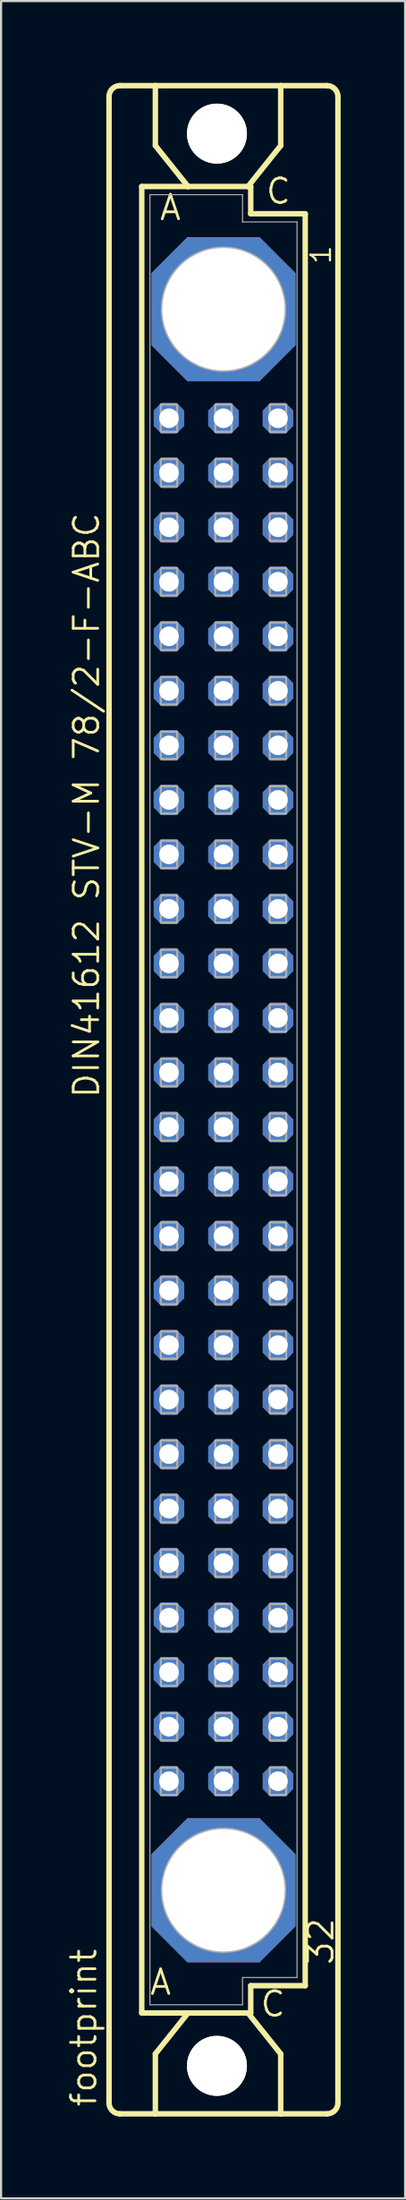
<source format=kicad_pcb>
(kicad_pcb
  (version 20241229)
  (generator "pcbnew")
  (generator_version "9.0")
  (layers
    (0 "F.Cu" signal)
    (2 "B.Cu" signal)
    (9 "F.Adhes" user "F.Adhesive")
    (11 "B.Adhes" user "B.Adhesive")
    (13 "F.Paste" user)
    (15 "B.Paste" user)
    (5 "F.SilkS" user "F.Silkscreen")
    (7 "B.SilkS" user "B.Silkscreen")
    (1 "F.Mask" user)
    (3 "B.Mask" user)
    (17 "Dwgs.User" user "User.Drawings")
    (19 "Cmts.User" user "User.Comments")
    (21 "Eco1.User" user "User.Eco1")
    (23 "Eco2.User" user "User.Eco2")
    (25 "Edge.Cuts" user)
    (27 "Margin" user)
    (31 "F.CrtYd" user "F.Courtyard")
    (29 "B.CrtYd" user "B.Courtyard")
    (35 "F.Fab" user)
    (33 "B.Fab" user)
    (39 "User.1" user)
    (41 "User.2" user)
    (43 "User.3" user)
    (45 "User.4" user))
  (footprint "footprint"
    (layer "F.Cu")
    (at 7.366 48.184)
    (property "Reference" "footprint" (at -5.842 46.99 90) (layer "F.SilkS") (effects (font (size 1.143 1.143) (thickness 0.127)) (justify left bottom)))
    (fp_line (start -5.334 46.736) (end -5.334 -46.736) (stroke (width 0.254) (type solid)) (layer "F.SilkS"))
    (fp_line (start -4.826 -47.244) (end -3.175 -47.244) (stroke (width 0.254) (type solid)) (layer "F.SilkS"))
    (fp_line (start -4.826 47.244) (end -3.175 47.244) (stroke (width 0.254) (type solid)) (layer "F.SilkS"))
    (fp_line (start -3.81 -42.545) (end -3.81 42.545) (stroke (width 0.254) (type solid)) (layer "F.SilkS"))
    (fp_line (start -3.81 42.545) (end -1.651 42.545) (stroke (width 0.254) (type solid)) (layer "F.SilkS"))
    (fp_line (start -3.175 -47.244) (end -3.175 -44.45) (stroke (width 0.254) (type solid)) (layer "F.SilkS"))
    (fp_line (start -3.175 47.244) (end -3.175 44.45) (stroke (width 0.254) (type solid)) (layer "F.SilkS"))
    (fp_line (start -3.175 47.244) (end 2.667 47.244) (stroke (width 0.254) (type solid)) (layer "F.SilkS"))
    (fp_line (start -1.651 -42.545) (end -3.81 -42.545) (stroke (width 0.254) (type solid)) (layer "F.SilkS"))
    (fp_line (start -1.651 -42.545) (end -3.175 -44.45) (stroke (width 0.254) (type solid)) (layer "F.SilkS"))
    (fp_line (start -1.651 42.545) (end -3.175 44.45) (stroke (width 0.254) (type solid)) (layer "F.SilkS"))
    (fp_line (start -1.651 42.545) (end 1.143 42.545) (stroke (width 0.254) (type solid)) (layer "F.SilkS"))
    (fp_line (start 1.143 -42.545) (end -1.651 -42.545) (stroke (width 0.254) (type solid)) (layer "F.SilkS"))
    (fp_line (start 1.143 -42.545) (end 2.667 -44.45) (stroke (width 0.254) (type solid)) (layer "F.SilkS"))
    (fp_line (start 1.143 42.545) (end 1.27 42.545) (stroke (width 0.254) (type solid)) (layer "F.SilkS"))
    (fp_line (start 1.143 42.545) (end 2.667 44.45) (stroke (width 0.254) (type solid)) (layer "F.SilkS"))
    (fp_line (start 1.27 -42.545) (end 1.143 -42.545) (stroke (width 0.254) (type solid)) (layer "F.SilkS"))
    (fp_line (start 1.27 -41.275) (end 1.27 -42.545) (stroke (width 0.254) (type solid)) (layer "F.SilkS"))
    (fp_line (start 1.27 41.275) (end 3.81 41.275) (stroke (width 0.254) (type solid)) (layer "F.SilkS"))
    (fp_line (start 1.27 42.545) (end 1.27 41.275) (stroke (width 0.254) (type solid)) (layer "F.SilkS"))
    (fp_line (start 2.667 -47.244) (end -3.175 -47.244) (stroke (width 0.254) (type solid)) (layer "F.SilkS"))
    (fp_line (start 2.667 -47.244) (end 2.667 -44.45) (stroke (width 0.254) (type solid)) (layer "F.SilkS"))
    (fp_line (start 2.667 47.244) (end 2.667 44.45) (stroke (width 0.254) (type solid)) (layer "F.SilkS"))
    (fp_line (start 2.667 47.244) (end 4.826 47.244) (stroke (width 0.254) (type solid)) (layer "F.SilkS"))
    (fp_line (start 3.81 -41.275) (end 1.27 -41.275) (stroke (width 0.254) (type solid)) (layer "F.SilkS"))
    (fp_line (start 3.81 41.275) (end 3.81 -41.275) (stroke (width 0.254) (type solid)) (layer "F.SilkS"))
    (fp_line (start 4.826 -47.244) (end 2.667 -47.244) (stroke (width 0.254) (type solid)) (layer "F.SilkS"))
    (fp_line (start 5.334 46.736) (end 5.334 -46.736) (stroke (width 0.254) (type solid)) (layer "F.SilkS"))
    (fp_arc (start -5.334 -46.736) (mid -5.18521 -47.09521) (end -4.826 -47.244) (stroke (width 0.254) (type solid)) (layer "F.SilkS"))
    (fp_arc (start -4.826 47.244) (mid -5.18521 47.09521) (end -5.334 46.736) (stroke (width 0.254) (type solid)) (layer "F.SilkS"))
    (fp_arc (start 4.826 -47.244) (mid 5.18521 -47.09521) (end 5.334 -46.736) (stroke (width 0.254) (type solid)) (layer "F.SilkS"))
    (fp_arc (start 5.334 46.736) (mid 5.18521 47.09521) (end 4.826 47.244) (stroke (width 0.254) (type solid)) (layer "F.SilkS"))
    (fp_circle (center -0.305 -45.009) (end 0.965 -45.009) (stroke (width 0.254) (type solid)) (fill no) (layer "F.SilkS"))
    (fp_circle (center -0.305 45.009) (end 0.965 45.009) (stroke (width 0.254) (type solid)) (fill no) (layer "F.SilkS"))
    (fp_line (start -3.429 -42.164) (end -3.429 42.164) (stroke (width 0.051) (type solid)) (layer "F.Fab"))
    (fp_line (start -3.429 -42.164) (end 0.889 -42.164) (stroke (width 0.051) (type solid)) (layer "F.Fab"))
    (fp_line (start -3.429 42.164) (end 0.889 42.164) (stroke (width 0.051) (type solid)) (layer "F.Fab"))
    (fp_line (start 0.889 -42.164) (end 0.889 -40.894) (stroke (width 0.051) (type solid)) (layer "F.Fab"))
    (fp_line (start 0.889 -40.894) (end 3.429 -40.894) (stroke (width 0.051) (type solid)) (layer "F.Fab"))
    (fp_line (start 0.889 40.894) (end 3.429 40.894) (stroke (width 0.051) (type solid)) (layer "F.Fab"))
    (fp_line (start 0.889 42.164) (end 0.889 40.894) (stroke (width 0.051) (type solid)) (layer "F.Fab"))
    (fp_line (start 3.429 -40.894) (end 3.429 40.894) (stroke (width 0.051) (type solid)) (layer "F.Fab"))
    (fp_circle (center 0 -36.83) (end 2.794 -36.83) (stroke (width 0.254) (type solid)) (fill no) (layer "F.Fab"))
    (fp_circle (center 0 36.83) (end 2.794 36.83) (stroke (width 0.254) (type solid)) (fill no) (layer "F.Fab"))
    (fp_poly (pts (xy -2.921 -31.115) (xy -2.159 -31.115) (xy -2.159 -32.385) (xy -2.921 -32.385)) (stroke (width 0.1) (type solid)) (fill no) (layer "F.Fab"))
    (fp_poly (pts (xy -2.921 -28.575) (xy -2.159 -28.575) (xy -2.159 -29.845) (xy -2.921 -29.845)) (stroke (width 0.1) (type solid)) (fill no) (layer "F.Fab"))
    (fp_poly (pts (xy -2.921 -26.035) (xy -2.159 -26.035) (xy -2.159 -27.305) (xy -2.921 -27.305)) (stroke (width 0.1) (type solid)) (fill no) (layer "F.Fab"))
    (fp_poly (pts (xy -2.921 -23.495) (xy -2.159 -23.495) (xy -2.159 -24.765) (xy -2.921 -24.765)) (stroke (width 0.1) (type solid)) (fill no) (layer "F.Fab"))
    (fp_poly (pts (xy -2.921 -20.955) (xy -2.159 -20.955) (xy -2.159 -22.225) (xy -2.921 -22.225)) (stroke (width 0.1) (type solid)) (fill no) (layer "F.Fab"))
    (fp_poly (pts (xy -2.921 -18.415) (xy -2.159 -18.415) (xy -2.159 -19.685) (xy -2.921 -19.685)) (stroke (width 0.1) (type solid)) (fill no) (layer "F.Fab"))
    (fp_poly (pts (xy -2.921 -15.875) (xy -2.159 -15.875) (xy -2.159 -17.145) (xy -2.921 -17.145)) (stroke (width 0.1) (type solid)) (fill no) (layer "F.Fab"))
    (fp_poly (pts (xy -2.921 -13.335) (xy -2.159 -13.335) (xy -2.159 -14.605) (xy -2.921 -14.605)) (stroke (width 0.1) (type solid)) (fill no) (layer "F.Fab"))
    (fp_poly (pts (xy -2.921 -10.795) (xy -2.159 -10.795) (xy -2.159 -12.065) (xy -2.921 -12.065)) (stroke (width 0.1) (type solid)) (fill no) (layer "F.Fab"))
    (fp_poly (pts (xy -2.921 -8.255) (xy -2.159 -8.255) (xy -2.159 -9.525) (xy -2.921 -9.525)) (stroke (width 0.1) (type solid)) (fill no) (layer "F.Fab"))
    (fp_poly (pts (xy -2.921 -5.715) (xy -2.159 -5.715) (xy -2.159 -6.985) (xy -2.921 -6.985)) (stroke (width 0.1) (type solid)) (fill no) (layer "F.Fab"))
    (fp_poly (pts (xy -2.921 -3.175) (xy -2.159 -3.175) (xy -2.159 -4.445) (xy -2.921 -4.445)) (stroke (width 0.1) (type solid)) (fill no) (layer "F.Fab"))
    (fp_poly (pts (xy -2.921 -0.635) (xy -2.159 -0.635) (xy -2.159 -1.905) (xy -2.921 -1.905)) (stroke (width 0.1) (type solid)) (fill no) (layer "F.Fab"))
    (fp_poly (pts (xy -2.921 1.905) (xy -2.159 1.905) (xy -2.159 0.635) (xy -2.921 0.635)) (stroke (width 0.1) (type solid)) (fill no) (layer "F.Fab"))
    (fp_poly (pts (xy -2.921 4.445) (xy -2.159 4.445) (xy -2.159 3.175) (xy -2.921 3.175)) (stroke (width 0.1) (type solid)) (fill no) (layer "F.Fab"))
    (fp_poly (pts (xy -2.921 6.985) (xy -2.159 6.985) (xy -2.159 5.715) (xy -2.921 5.715)) (stroke (width 0.1) (type solid)) (fill no) (layer "F.Fab"))
    (fp_poly (pts (xy -2.921 9.525) (xy -2.159 9.525) (xy -2.159 8.255) (xy -2.921 8.255)) (stroke (width 0.1) (type solid)) (fill no) (layer "F.Fab"))
    (fp_poly (pts (xy -2.921 12.065) (xy -2.159 12.065) (xy -2.159 10.795) (xy -2.921 10.795)) (stroke (width 0.1) (type solid)) (fill no) (layer "F.Fab"))
    (fp_poly (pts (xy -2.921 14.605) (xy -2.159 14.605) (xy -2.159 13.335) (xy -2.921 13.335)) (stroke (width 0.1) (type solid)) (fill no) (layer "F.Fab"))
    (fp_poly (pts (xy -2.921 17.145) (xy -2.159 17.145) (xy -2.159 15.875) (xy -2.921 15.875)) (stroke (width 0.1) (type solid)) (fill no) (layer "F.Fab"))
    (fp_poly (pts (xy -2.921 19.685) (xy -2.159 19.685) (xy -2.159 18.415) (xy -2.921 18.415)) (stroke (width 0.1) (type solid)) (fill no) (layer "F.Fab"))
    (fp_poly (pts (xy -2.921 22.225) (xy -2.159 22.225) (xy -2.159 20.955) (xy -2.921 20.955)) (stroke (width 0.1) (type solid)) (fill no) (layer "F.Fab"))
    (fp_poly (pts (xy -2.921 24.765) (xy -2.159 24.765) (xy -2.159 23.495) (xy -2.921 23.495)) (stroke (width 0.1) (type solid)) (fill no) (layer "F.Fab"))
    (fp_poly (pts (xy -2.921 27.305) (xy -2.159 27.305) (xy -2.159 26.035) (xy -2.921 26.035)) (stroke (width 0.1) (type solid)) (fill no) (layer "F.Fab"))
    (fp_poly (pts (xy -2.921 29.845) (xy -2.159 29.845) (xy -2.159 28.575) (xy -2.921 28.575)) (stroke (width 0.1) (type solid)) (fill no) (layer "F.Fab"))
    (fp_poly (pts (xy -2.921 32.385) (xy -2.159 32.385) (xy -2.159 31.115) (xy -2.921 31.115)) (stroke (width 0.1) (type solid)) (fill no) (layer "F.Fab"))
    (fp_poly (pts (xy -0.381 -31.115) (xy 0.381 -31.115) (xy 0.381 -32.385) (xy -0.381 -32.385)) (stroke (width 0.1) (type solid)) (fill no) (layer "F.Fab"))
    (fp_poly (pts (xy -0.381 -28.575) (xy 0.381 -28.575) (xy 0.381 -29.845) (xy -0.381 -29.845)) (stroke (width 0.1) (type solid)) (fill no) (layer "F.Fab"))
    (fp_poly (pts (xy -0.381 -26.035) (xy 0.381 -26.035) (xy 0.381 -27.305) (xy -0.381 -27.305)) (stroke (width 0.1) (type solid)) (fill no) (layer "F.Fab"))
    (fp_poly (pts (xy -0.381 -23.495) (xy 0.381 -23.495) (xy 0.381 -24.765) (xy -0.381 -24.765)) (stroke (width 0.1) (type solid)) (fill no) (layer "F.Fab"))
    (fp_poly (pts (xy -0.381 -20.955) (xy 0.381 -20.955) (xy 0.381 -22.225) (xy -0.381 -22.225)) (stroke (width 0.1) (type solid)) (fill no) (layer "F.Fab"))
    (fp_poly (pts (xy -0.381 -18.415) (xy 0.381 -18.415) (xy 0.381 -19.685) (xy -0.381 -19.685)) (stroke (width 0.1) (type solid)) (fill no) (layer "F.Fab"))
    (fp_poly (pts (xy -0.381 -15.875) (xy 0.381 -15.875) (xy 0.381 -17.145) (xy -0.381 -17.145)) (stroke (width 0.1) (type solid)) (fill no) (layer "F.Fab"))
    (fp_poly (pts (xy -0.381 -13.335) (xy 0.381 -13.335) (xy 0.381 -14.605) (xy -0.381 -14.605)) (stroke (width 0.1) (type solid)) (fill no) (layer "F.Fab"))
    (fp_poly (pts (xy -0.381 -10.795) (xy 0.381 -10.795) (xy 0.381 -12.065) (xy -0.381 -12.065)) (stroke (width 0.1) (type solid)) (fill no) (layer "F.Fab"))
    (fp_poly (pts (xy -0.381 -8.255) (xy 0.381 -8.255) (xy 0.381 -9.525) (xy -0.381 -9.525)) (stroke (width 0.1) (type solid)) (fill no) (layer "F.Fab"))
    (fp_poly (pts (xy -0.381 -5.715) (xy 0.381 -5.715) (xy 0.381 -6.985) (xy -0.381 -6.985)) (stroke (width 0.1) (type solid)) (fill no) (layer "F.Fab"))
    (fp_poly (pts (xy -0.381 -3.175) (xy 0.381 -3.175) (xy 0.381 -4.445) (xy -0.381 -4.445)) (stroke (width 0.1) (type solid)) (fill no) (layer "F.Fab"))
    (fp_poly (pts (xy -0.381 -0.635) (xy 0.381 -0.635) (xy 0.381 -1.905) (xy -0.381 -1.905)) (stroke (width 0.1) (type solid)) (fill no) (layer "F.Fab"))
    (fp_poly (pts (xy -0.381 1.905) (xy 0.381 1.905) (xy 0.381 0.635) (xy -0.381 0.635)) (stroke (width 0.1) (type solid)) (fill no) (layer "F.Fab"))
    (fp_poly (pts (xy -0.381 4.445) (xy 0.381 4.445) (xy 0.381 3.175) (xy -0.381 3.175)) (stroke (width 0.1) (type solid)) (fill no) (layer "F.Fab"))
    (fp_poly (pts (xy -0.381 6.985) (xy 0.381 6.985) (xy 0.381 5.715) (xy -0.381 5.715)) (stroke (width 0.1) (type solid)) (fill no) (layer "F.Fab"))
    (fp_poly (pts (xy -0.381 9.525) (xy 0.381 9.525) (xy 0.381 8.255) (xy -0.381 8.255)) (stroke (width 0.1) (type solid)) (fill no) (layer "F.Fab"))
    (fp_poly (pts (xy -0.381 12.065) (xy 0.381 12.065) (xy 0.381 10.795) (xy -0.381 10.795)) (stroke (width 0.1) (type solid)) (fill no) (layer "F.Fab"))
    (fp_poly (pts (xy -0.381 14.605) (xy 0.381 14.605) (xy 0.381 13.335) (xy -0.381 13.335)) (stroke (width 0.1) (type solid)) (fill no) (layer "F.Fab"))
    (fp_poly (pts (xy -0.381 17.145) (xy 0.381 17.145) (xy 0.381 15.875) (xy -0.381 15.875)) (stroke (width 0.1) (type solid)) (fill no) (layer "F.Fab"))
    (fp_poly (pts (xy -0.381 19.685) (xy 0.381 19.685) (xy 0.381 18.415) (xy -0.381 18.415)) (stroke (width 0.1) (type solid)) (fill no) (layer "F.Fab"))
    (fp_poly (pts (xy -0.381 22.225) (xy 0.381 22.225) (xy 0.381 20.955) (xy -0.381 20.955)) (stroke (width 0.1) (type solid)) (fill no) (layer "F.Fab"))
    (fp_poly (pts (xy -0.381 24.765) (xy 0.381 24.765) (xy 0.381 23.495) (xy -0.381 23.495)) (stroke (width 0.1) (type solid)) (fill no) (layer "F.Fab"))
    (fp_poly (pts (xy -0.381 27.305) (xy 0.381 27.305) (xy 0.381 26.035) (xy -0.381 26.035)) (stroke (width 0.1) (type solid)) (fill no) (layer "F.Fab"))
    (fp_poly (pts (xy -0.381 29.845) (xy 0.381 29.845) (xy 0.381 28.575) (xy -0.381 28.575)) (stroke (width 0.1) (type solid)) (fill no) (layer "F.Fab"))
    (fp_poly (pts (xy -0.381 32.385) (xy 0.381 32.385) (xy 0.381 31.115) (xy -0.381 31.115)) (stroke (width 0.1) (type solid)) (fill no) (layer "F.Fab"))
    (fp_poly (pts (xy 2.159 -31.115) (xy 2.921 -31.115) (xy 2.921 -32.385) (xy 2.159 -32.385)) (stroke (width 0.1) (type solid)) (fill no) (layer "F.Fab"))
    (fp_poly (pts (xy 2.159 -28.575) (xy 2.921 -28.575) (xy 2.921 -29.845) (xy 2.159 -29.845)) (stroke (width 0.1) (type solid)) (fill no) (layer "F.Fab"))
    (fp_poly (pts (xy 2.159 -26.035) (xy 2.921 -26.035) (xy 2.921 -27.305) (xy 2.159 -27.305)) (stroke (width 0.1) (type solid)) (fill no) (layer "F.Fab"))
    (fp_poly (pts (xy 2.159 -23.495) (xy 2.921 -23.495) (xy 2.921 -24.765) (xy 2.159 -24.765)) (stroke (width 0.1) (type solid)) (fill no) (layer "F.Fab"))
    (fp_poly (pts (xy 2.159 -20.955) (xy 2.921 -20.955) (xy 2.921 -22.225) (xy 2.159 -22.225)) (stroke (width 0.1) (type solid)) (fill no) (layer "F.Fab"))
    (fp_poly (pts (xy 2.159 -18.415) (xy 2.921 -18.415) (xy 2.921 -19.685) (xy 2.159 -19.685)) (stroke (width 0.1) (type solid)) (fill no) (layer "F.Fab"))
    (fp_poly (pts (xy 2.159 -15.875) (xy 2.921 -15.875) (xy 2.921 -17.145) (xy 2.159 -17.145)) (stroke (width 0.1) (type solid)) (fill no) (layer "F.Fab"))
    (fp_poly (pts (xy 2.159 -13.335) (xy 2.921 -13.335) (xy 2.921 -14.605) (xy 2.159 -14.605)) (stroke (width 0.1) (type solid)) (fill no) (layer "F.Fab"))
    (fp_poly (pts (xy 2.159 -10.795) (xy 2.921 -10.795) (xy 2.921 -12.065) (xy 2.159 -12.065)) (stroke (width 0.1) (type solid)) (fill no) (layer "F.Fab"))
    (fp_poly (pts (xy 2.159 -8.255) (xy 2.921 -8.255) (xy 2.921 -9.525) (xy 2.159 -9.525)) (stroke (width 0.1) (type solid)) (fill no) (layer "F.Fab"))
    (fp_poly (pts (xy 2.159 -5.715) (xy 2.921 -5.715) (xy 2.921 -6.985) (xy 2.159 -6.985)) (stroke (width 0.1) (type solid)) (fill no) (layer "F.Fab"))
    (fp_poly (pts (xy 2.159 -3.175) (xy 2.921 -3.175) (xy 2.921 -4.445) (xy 2.159 -4.445)) (stroke (width 0.1) (type solid)) (fill no) (layer "F.Fab"))
    (fp_poly (pts (xy 2.159 -0.635) (xy 2.921 -0.635) (xy 2.921 -1.905) (xy 2.159 -1.905)) (stroke (width 0.1) (type solid)) (fill no) (layer "F.Fab"))
    (fp_poly (pts (xy 2.159 1.905) (xy 2.921 1.905) (xy 2.921 0.635) (xy 2.159 0.635)) (stroke (width 0.1) (type solid)) (fill no) (layer "F.Fab"))
    (fp_poly (pts (xy 2.159 4.445) (xy 2.921 4.445) (xy 2.921 3.175) (xy 2.159 3.175)) (stroke (width 0.1) (type solid)) (fill no) (layer "F.Fab"))
    (fp_poly (pts (xy 2.159 6.985) (xy 2.921 6.985) (xy 2.921 5.715) (xy 2.159 5.715)) (stroke (width 0.1) (type solid)) (fill no) (layer "F.Fab"))
    (fp_poly (pts (xy 2.159 9.525) (xy 2.921 9.525) (xy 2.921 8.255) (xy 2.159 8.255)) (stroke (width 0.1) (type solid)) (fill no) (layer "F.Fab"))
    (fp_poly (pts (xy 2.159 12.065) (xy 2.921 12.065) (xy 2.921 10.795) (xy 2.159 10.795)) (stroke (width 0.1) (type solid)) (fill no) (layer "F.Fab"))
    (fp_poly (pts (xy 2.159 14.605) (xy 2.921 14.605) (xy 2.921 13.335) (xy 2.159 13.335)) (stroke (width 0.1) (type solid)) (fill no) (layer "F.Fab"))
    (fp_poly (pts (xy 2.159 17.145) (xy 2.921 17.145) (xy 2.921 15.875) (xy 2.159 15.875)) (stroke (width 0.1) (type solid)) (fill no) (layer "F.Fab"))
    (fp_poly (pts (xy 2.159 19.685) (xy 2.921 19.685) (xy 2.921 18.415) (xy 2.159 18.415)) (stroke (width 0.1) (type solid)) (fill no) (layer "F.Fab"))
    (fp_poly (pts (xy 2.159 22.225) (xy 2.921 22.225) (xy 2.921 20.955) (xy 2.159 20.955)) (stroke (width 0.1) (type solid)) (fill no) (layer "F.Fab"))
    (fp_poly (pts (xy 2.159 24.765) (xy 2.921 24.765) (xy 2.921 23.495) (xy 2.159 23.495)) (stroke (width 0.1) (type solid)) (fill no) (layer "F.Fab"))
    (fp_poly (pts (xy 2.159 27.305) (xy 2.921 27.305) (xy 2.921 26.035) (xy 2.159 26.035)) (stroke (width 0.1) (type solid)) (fill no) (layer "F.Fab"))
    (fp_poly (pts (xy 2.159 29.845) (xy 2.921 29.845) (xy 2.921 28.575) (xy 2.159 28.575)) (stroke (width 0.1) (type solid)) (fill no) (layer "F.Fab"))
    (fp_poly (pts (xy 2.159 32.385) (xy 2.921 32.385) (xy 2.921 31.115) (xy 2.159 31.115)) (stroke (width 0.1) (type solid)) (fill no) (layer "F.Fab"))
    (fp_text user " A " (at -4.375 41.783 0) (layer "F.SilkS") (effects (font (size 1.143 1.143) (thickness 0.127)) (justify left bottom)))
    (fp_text user "DIN41612 STV-M 78/2-F-ABC" (at -5.715 0 90) (layer "F.SilkS") (effects (font (size 1.143 1.143) (thickness 0.127)) (justify left bottom)))
    (fp_text user "C" (at 1.905 -41.656 0) (layer "F.SilkS") (effects (font (size 1.143 1.143) (thickness 0.127)) (justify left bottom)))
    (fp_text user " C " (at 0.778 42.799 0) (layer "F.SilkS") (effects (font (size 1.143 1.143) (thickness 0.127)) (justify left bottom)))
    (fp_text user "32" (at 5.207 40.386 90) (layer "F.SilkS") (effects (font (size 1.143 1.143) (thickness 0.127)) (justify left bottom)))
    (fp_text user "A" (at -3.048 -40.894 0) (layer "F.SilkS") (effects (font (size 1.143 1.143) (thickness 0.127)) (justify left bottom)))
    (fp_text user "1" (at 5.08 -38.862 90) (layer "F.SilkS") (effects (font (size 0.914 0.914) (thickness 0.102)) (justify left bottom)))
    (pad "" np_thru_hole circle (at -0.305 -45.009) (size 2.794 2.794) (drill 2.794) (layers "*.Cu" "*.Mask"))
    (pad "" np_thru_hole circle (at -0.305 45.009) (size 2.794 2.794) (drill 2.794) (layers "*.Cu" "*.Mask"))
    (pad "1" thru_hole roundrect (at 0 -36.83) (size 6.716 6.716) (drill 5.7) (layers "*.Cu" "*.Mask") (roundrect_rratio 0.25) (chamfer_ratio 0.25) (chamfer top_left top_right bottom_left bottom_right))
    (pad "2" thru_hole roundrect (at 0 36.83) (size 6.716 6.716) (drill 5.7) (layers "*.Cu" "*.Mask") (roundrect_rratio 0.25) (chamfer_ratio 0.25) (chamfer top_left top_right bottom_left bottom_right))
    (pad "A4" thru_hole roundrect (at -2.54 -31.75) (size 1.422 1.422) (drill 0.914) (layers "*.Cu" "*.Mask") (roundrect_rratio 0.25) (chamfer_ratio 0.25) (chamfer top_left top_right bottom_left bottom_right))
    (pad "A5" thru_hole roundrect (at -2.54 -29.21) (size 1.422 1.422) (drill 0.914) (layers "*.Cu" "*.Mask") (roundrect_rratio 0.25) (chamfer_ratio 0.25) (chamfer top_left top_right bottom_left bottom_right))
    (pad "A6" thru_hole roundrect (at -2.54 -26.67) (size 1.422 1.422) (drill 0.914) (layers "*.Cu" "*.Mask") (roundrect_rratio 0.25) (chamfer_ratio 0.25) (chamfer top_left top_right bottom_left bottom_right))
    (pad "A7" thru_hole roundrect (at -2.54 -24.13) (size 1.422 1.422) (drill 0.914) (layers "*.Cu" "*.Mask") (roundrect_rratio 0.25) (chamfer_ratio 0.25) (chamfer top_left top_right bottom_left bottom_right))
    (pad "A8" thru_hole roundrect (at -2.54 -21.59) (size 1.422 1.422) (drill 0.914) (layers "*.Cu" "*.Mask") (roundrect_rratio 0.25) (chamfer_ratio 0.25) (chamfer top_left top_right bottom_left bottom_right))
    (pad "A9" thru_hole roundrect (at -2.54 -19.05) (size 1.422 1.422) (drill 0.914) (layers "*.Cu" "*.Mask") (roundrect_rratio 0.25) (chamfer_ratio 0.25) (chamfer top_left top_right bottom_left bottom_right))
    (pad "A10" thru_hole roundrect (at -2.54 -16.51) (size 1.422 1.422) (drill 0.914) (layers "*.Cu" "*.Mask") (roundrect_rratio 0.25) (chamfer_ratio 0.25) (chamfer top_left top_right bottom_left bottom_right))
    (pad "A11" thru_hole roundrect (at -2.54 -13.97) (size 1.422 1.422) (drill 0.914) (layers "*.Cu" "*.Mask") (roundrect_rratio 0.25) (chamfer_ratio 0.25) (chamfer top_left top_right bottom_left bottom_right))
    (pad "A12" thru_hole roundrect (at -2.54 -11.43) (size 1.422 1.422) (drill 0.914) (layers "*.Cu" "*.Mask") (roundrect_rratio 0.25) (chamfer_ratio 0.25) (chamfer top_left top_right bottom_left bottom_right))
    (pad "A13" thru_hole roundrect (at -2.54 -8.89) (size 1.422 1.422) (drill 0.914) (layers "*.Cu" "*.Mask") (roundrect_rratio 0.25) (chamfer_ratio 0.25) (chamfer top_left top_right bottom_left bottom_right))
    (pad "A14" thru_hole roundrect (at -2.54 -6.35) (size 1.422 1.422) (drill 0.914) (layers "*.Cu" "*.Mask") (roundrect_rratio 0.25) (chamfer_ratio 0.25) (chamfer top_left top_right bottom_left bottom_right))
    (pad "A15" thru_hole roundrect (at -2.54 -3.81) (size 1.422 1.422) (drill 0.914) (layers "*.Cu" "*.Mask") (roundrect_rratio 0.25) (chamfer_ratio 0.25) (chamfer top_left top_right bottom_left bottom_right))
    (pad "A16" thru_hole roundrect (at -2.54 -1.27) (size 1.422 1.422) (drill 0.914) (layers "*.Cu" "*.Mask") (roundrect_rratio 0.25) (chamfer_ratio 0.25) (chamfer top_left top_right bottom_left bottom_right))
    (pad "A17" thru_hole roundrect (at -2.54 1.27) (size 1.422 1.422) (drill 0.914) (layers "*.Cu" "*.Mask") (roundrect_rratio 0.25) (chamfer_ratio 0.25) (chamfer top_left top_right bottom_left bottom_right))
    (pad "A18" thru_hole roundrect (at -2.54 3.81) (size 1.422 1.422) (drill 0.914) (layers "*.Cu" "*.Mask") (roundrect_rratio 0.25) (chamfer_ratio 0.25) (chamfer top_left top_right bottom_left bottom_right))
    (pad "A19" thru_hole roundrect (at -2.54 6.35) (size 1.422 1.422) (drill 0.914) (layers "*.Cu" "*.Mask") (roundrect_rratio 0.25) (chamfer_ratio 0.25) (chamfer top_left top_right bottom_left bottom_right))
    (pad "A20" thru_hole roundrect (at -2.54 8.89) (size 1.422 1.422) (drill 0.914) (layers "*.Cu" "*.Mask") (roundrect_rratio 0.25) (chamfer_ratio 0.25) (chamfer top_left top_right bottom_left bottom_right))
    (pad "A21" thru_hole roundrect (at -2.54 11.43) (size 1.422 1.422) (drill 0.914) (layers "*.Cu" "*.Mask") (roundrect_rratio 0.25) (chamfer_ratio 0.25) (chamfer top_left top_right bottom_left bottom_right))
    (pad "A22" thru_hole roundrect (at -2.54 13.97) (size 1.422 1.422) (drill 0.914) (layers "*.Cu" "*.Mask") (roundrect_rratio 0.25) (chamfer_ratio 0.25) (chamfer top_left top_right bottom_left bottom_right))
    (pad "A23" thru_hole roundrect (at -2.54 16.51) (size 1.422 1.422) (drill 0.914) (layers "*.Cu" "*.Mask") (roundrect_rratio 0.25) (chamfer_ratio 0.25) (chamfer top_left top_right bottom_left bottom_right))
    (pad "A24" thru_hole roundrect (at -2.54 19.05) (size 1.422 1.422) (drill 0.914) (layers "*.Cu" "*.Mask") (roundrect_rratio 0.25) (chamfer_ratio 0.25) (chamfer top_left top_right bottom_left bottom_right))
    (pad "A25" thru_hole roundrect (at -2.54 21.59) (size 1.422 1.422) (drill 0.914) (layers "*.Cu" "*.Mask") (roundrect_rratio 0.25) (chamfer_ratio 0.25) (chamfer top_left top_right bottom_left bottom_right))
    (pad "A26" thru_hole roundrect (at -2.54 24.13) (size 1.422 1.422) (drill 0.914) (layers "*.Cu" "*.Mask") (roundrect_rratio 0.25) (chamfer_ratio 0.25) (chamfer top_left top_right bottom_left bottom_right))
    (pad "A27" thru_hole roundrect (at -2.54 26.67) (size 1.422 1.422) (drill 0.914) (layers "*.Cu" "*.Mask") (roundrect_rratio 0.25) (chamfer_ratio 0.25) (chamfer top_left top_right bottom_left bottom_right))
    (pad "A28" thru_hole roundrect (at -2.54 29.21) (size 1.422 1.422) (drill 0.914) (layers "*.Cu" "*.Mask") (roundrect_rratio 0.25) (chamfer_ratio 0.25) (chamfer top_left top_right bottom_left bottom_right))
    (pad "A29" thru_hole roundrect (at -2.54 31.75) (size 1.422 1.422) (drill 0.914) (layers "*.Cu" "*.Mask") (roundrect_rratio 0.25) (chamfer_ratio 0.25) (chamfer top_left top_right bottom_left bottom_right))
    (pad "B4" thru_hole roundrect (at 0 -31.75) (size 1.422 1.422) (drill 0.914) (layers "*.Cu" "*.Mask") (roundrect_rratio 0.25) (chamfer_ratio 0.25) (chamfer top_left top_right bottom_left bottom_right))
    (pad "B5" thru_hole roundrect (at 0 -29.21) (size 1.422 1.422) (drill 0.914) (layers "*.Cu" "*.Mask") (roundrect_rratio 0.25) (chamfer_ratio 0.25) (chamfer top_left top_right bottom_left bottom_right))
    (pad "B6" thru_hole roundrect (at 0 -26.67) (size 1.422 1.422) (drill 0.914) (layers "*.Cu" "*.Mask") (roundrect_rratio 0.25) (chamfer_ratio 0.25) (chamfer top_left top_right bottom_left bottom_right))
    (pad "B7" thru_hole roundrect (at 0 -24.13) (size 1.422 1.422) (drill 0.914) (layers "*.Cu" "*.Mask") (roundrect_rratio 0.25) (chamfer_ratio 0.25) (chamfer top_left top_right bottom_left bottom_right))
    (pad "B8" thru_hole roundrect (at 0 -21.59) (size 1.422 1.422) (drill 0.914) (layers "*.Cu" "*.Mask") (roundrect_rratio 0.25) (chamfer_ratio 0.25) (chamfer top_left top_right bottom_left bottom_right))
    (pad "B9" thru_hole roundrect (at 0 -19.05) (size 1.422 1.422) (drill 0.914) (layers "*.Cu" "*.Mask") (roundrect_rratio 0.25) (chamfer_ratio 0.25) (chamfer top_left top_right bottom_left bottom_right))
    (pad "B10" thru_hole roundrect (at 0 -16.51) (size 1.422 1.422) (drill 0.914) (layers "*.Cu" "*.Mask") (roundrect_rratio 0.25) (chamfer_ratio 0.25) (chamfer top_left top_right bottom_left bottom_right))
    (pad "B11" thru_hole roundrect (at 0 -13.97) (size 1.422 1.422) (drill 0.914) (layers "*.Cu" "*.Mask") (roundrect_rratio 0.25) (chamfer_ratio 0.25) (chamfer top_left top_right bottom_left bottom_right))
    (pad "B12" thru_hole roundrect (at 0 -11.43) (size 1.422 1.422) (drill 0.914) (layers "*.Cu" "*.Mask") (roundrect_rratio 0.25) (chamfer_ratio 0.25) (chamfer top_left top_right bottom_left bottom_right))
    (pad "B13" thru_hole roundrect (at 0 -8.89) (size 1.422 1.422) (drill 0.914) (layers "*.Cu" "*.Mask") (roundrect_rratio 0.25) (chamfer_ratio 0.25) (chamfer top_left top_right bottom_left bottom_right))
    (pad "B14" thru_hole roundrect (at 0 -6.35) (size 1.422 1.422) (drill 0.914) (layers "*.Cu" "*.Mask") (roundrect_rratio 0.25) (chamfer_ratio 0.25) (chamfer top_left top_right bottom_left bottom_right))
    (pad "B15" thru_hole roundrect (at 0 -3.81) (size 1.422 1.422) (drill 0.914) (layers "*.Cu" "*.Mask") (roundrect_rratio 0.25) (chamfer_ratio 0.25) (chamfer top_left top_right bottom_left bottom_right))
    (pad "B16" thru_hole roundrect (at 0 -1.27) (size 1.422 1.422) (drill 0.914) (layers "*.Cu" "*.Mask") (roundrect_rratio 0.25) (chamfer_ratio 0.25) (chamfer top_left top_right bottom_left bottom_right))
    (pad "B17" thru_hole roundrect (at 0 1.27) (size 1.422 1.422) (drill 0.914) (layers "*.Cu" "*.Mask") (roundrect_rratio 0.25) (chamfer_ratio 0.25) (chamfer top_left top_right bottom_left bottom_right))
    (pad "B18" thru_hole roundrect (at 0 3.81) (size 1.422 1.422) (drill 0.914) (layers "*.Cu" "*.Mask") (roundrect_rratio 0.25) (chamfer_ratio 0.25) (chamfer top_left top_right bottom_left bottom_right))
    (pad "B19" thru_hole roundrect (at 0 6.35) (size 1.422 1.422) (drill 0.914) (layers "*.Cu" "*.Mask") (roundrect_rratio 0.25) (chamfer_ratio 0.25) (chamfer top_left top_right bottom_left bottom_right))
    (pad "B20" thru_hole roundrect (at 0 8.89) (size 1.422 1.422) (drill 0.914) (layers "*.Cu" "*.Mask") (roundrect_rratio 0.25) (chamfer_ratio 0.25) (chamfer top_left top_right bottom_left bottom_right))
    (pad "B21" thru_hole roundrect (at 0 11.43) (size 1.422 1.422) (drill 0.914) (layers "*.Cu" "*.Mask") (roundrect_rratio 0.25) (chamfer_ratio 0.25) (chamfer top_left top_right bottom_left bottom_right))
    (pad "B22" thru_hole roundrect (at 0 13.97) (size 1.422 1.422) (drill 0.914) (layers "*.Cu" "*.Mask") (roundrect_rratio 0.25) (chamfer_ratio 0.25) (chamfer top_left top_right bottom_left bottom_right))
    (pad "B23" thru_hole roundrect (at 0 16.51) (size 1.422 1.422) (drill 0.914) (layers "*.Cu" "*.Mask") (roundrect_rratio 0.25) (chamfer_ratio 0.25) (chamfer top_left top_right bottom_left bottom_right))
    (pad "B24" thru_hole roundrect (at 0 19.05) (size 1.422 1.422) (drill 0.914) (layers "*.Cu" "*.Mask") (roundrect_rratio 0.25) (chamfer_ratio 0.25) (chamfer top_left top_right bottom_left bottom_right))
    (pad "B25" thru_hole roundrect (at 0 21.59) (size 1.422 1.422) (drill 0.914) (layers "*.Cu" "*.Mask") (roundrect_rratio 0.25) (chamfer_ratio 0.25) (chamfer top_left top_right bottom_left bottom_right))
    (pad "B26" thru_hole roundrect (at 0 24.13) (size 1.422 1.422) (drill 0.914) (layers "*.Cu" "*.Mask") (roundrect_rratio 0.25) (chamfer_ratio 0.25) (chamfer top_left top_right bottom_left bottom_right))
    (pad "B27" thru_hole roundrect (at 0 26.67) (size 1.422 1.422) (drill 0.914) (layers "*.Cu" "*.Mask") (roundrect_rratio 0.25) (chamfer_ratio 0.25) (chamfer top_left top_right bottom_left bottom_right))
    (pad "B28" thru_hole roundrect (at 0 29.21) (size 1.422 1.422) (drill 0.914) (layers "*.Cu" "*.Mask") (roundrect_rratio 0.25) (chamfer_ratio 0.25) (chamfer top_left top_right bottom_left bottom_right))
    (pad "B29" thru_hole roundrect (at 0 31.75) (size 1.422 1.422) (drill 0.914) (layers "*.Cu" "*.Mask") (roundrect_rratio 0.25) (chamfer_ratio 0.25) (chamfer top_left top_right bottom_left bottom_right))
    (pad "C4" thru_hole roundrect (at 2.54 -31.75) (size 1.422 1.422) (drill 0.914) (layers "*.Cu" "*.Mask") (roundrect_rratio 0.25) (chamfer_ratio 0.25) (chamfer top_left top_right bottom_left bottom_right))
    (pad "C5" thru_hole roundrect (at 2.54 -29.21) (size 1.422 1.422) (drill 0.914) (layers "*.Cu" "*.Mask") (roundrect_rratio 0.25) (chamfer_ratio 0.25) (chamfer top_left top_right bottom_left bottom_right))
    (pad "C6" thru_hole roundrect (at 2.54 -26.67) (size 1.422 1.422) (drill 0.914) (layers "*.Cu" "*.Mask") (roundrect_rratio 0.25) (chamfer_ratio 0.25) (chamfer top_left top_right bottom_left bottom_right))
    (pad "C7" thru_hole roundrect (at 2.54 -24.13) (size 1.422 1.422) (drill 0.914) (layers "*.Cu" "*.Mask") (roundrect_rratio 0.25) (chamfer_ratio 0.25) (chamfer top_left top_right bottom_left bottom_right))
    (pad "C8" thru_hole roundrect (at 2.54 -21.59) (size 1.422 1.422) (drill 0.914) (layers "*.Cu" "*.Mask") (roundrect_rratio 0.25) (chamfer_ratio 0.25) (chamfer top_left top_right bottom_left bottom_right))
    (pad "C9" thru_hole roundrect (at 2.54 -19.05) (size 1.422 1.422) (drill 0.914) (layers "*.Cu" "*.Mask") (roundrect_rratio 0.25) (chamfer_ratio 0.25) (chamfer top_left top_right bottom_left bottom_right))
    (pad "C10" thru_hole roundrect (at 2.54 -16.51) (size 1.422 1.422) (drill 0.914) (layers "*.Cu" "*.Mask") (roundrect_rratio 0.25) (chamfer_ratio 0.25) (chamfer top_left top_right bottom_left bottom_right))
    (pad "C11" thru_hole roundrect (at 2.54 -13.97) (size 1.422 1.422) (drill 0.914) (layers "*.Cu" "*.Mask") (roundrect_rratio 0.25) (chamfer_ratio 0.25) (chamfer top_left top_right bottom_left bottom_right))
    (pad "C12" thru_hole roundrect (at 2.54 -11.43) (size 1.422 1.422) (drill 0.914) (layers "*.Cu" "*.Mask") (roundrect_rratio 0.25) (chamfer_ratio 0.25) (chamfer top_left top_right bottom_left bottom_right))
    (pad "C13" thru_hole roundrect (at 2.54 -8.89) (size 1.422 1.422) (drill 0.914) (layers "*.Cu" "*.Mask") (roundrect_rratio 0.25) (chamfer_ratio 0.25) (chamfer top_left top_right bottom_left bottom_right))
    (pad "C14" thru_hole roundrect (at 2.54 -6.35) (size 1.422 1.422) (drill 0.914) (layers "*.Cu" "*.Mask") (roundrect_rratio 0.25) (chamfer_ratio 0.25) (chamfer top_left top_right bottom_left bottom_right))
    (pad "C15" thru_hole roundrect (at 2.54 -3.81) (size 1.422 1.422) (drill 0.914) (layers "*.Cu" "*.Mask") (roundrect_rratio 0.25) (chamfer_ratio 0.25) (chamfer top_left top_right bottom_left bottom_right))
    (pad "C16" thru_hole roundrect (at 2.54 -1.27) (size 1.422 1.422) (drill 0.914) (layers "*.Cu" "*.Mask") (roundrect_rratio 0.25) (chamfer_ratio 0.25) (chamfer top_left top_right bottom_left bottom_right))
    (pad "C17" thru_hole roundrect (at 2.54 1.27) (size 1.422 1.422) (drill 0.914) (layers "*.Cu" "*.Mask") (roundrect_rratio 0.25) (chamfer_ratio 0.25) (chamfer top_left top_right bottom_left bottom_right))
    (pad "C18" thru_hole roundrect (at 2.54 3.81) (size 1.422 1.422) (drill 0.914) (layers "*.Cu" "*.Mask") (roundrect_rratio 0.25) (chamfer_ratio 0.25) (chamfer top_left top_right bottom_left bottom_right))
    (pad "C19" thru_hole roundrect (at 2.54 6.35) (size 1.422 1.422) (drill 0.914) (layers "*.Cu" "*.Mask") (roundrect_rratio 0.25) (chamfer_ratio 0.25) (chamfer top_left top_right bottom_left bottom_right))
    (pad "C20" thru_hole roundrect (at 2.54 8.89) (size 1.422 1.422) (drill 0.914) (layers "*.Cu" "*.Mask") (roundrect_rratio 0.25) (chamfer_ratio 0.25) (chamfer top_left top_right bottom_left bottom_right))
    (pad "C21" thru_hole roundrect (at 2.54 11.43) (size 1.422 1.422) (drill 0.914) (layers "*.Cu" "*.Mask") (roundrect_rratio 0.25) (chamfer_ratio 0.25) (chamfer top_left top_right bottom_left bottom_right))
    (pad "C22" thru_hole roundrect (at 2.54 13.97) (size 1.422 1.422) (drill 0.914) (layers "*.Cu" "*.Mask") (roundrect_rratio 0.25) (chamfer_ratio 0.25) (chamfer top_left top_right bottom_left bottom_right))
    (pad "C23" thru_hole roundrect (at 2.54 16.51) (size 1.422 1.422) (drill 0.914) (layers "*.Cu" "*.Mask") (roundrect_rratio 0.25) (chamfer_ratio 0.25) (chamfer top_left top_right bottom_left bottom_right))
    (pad "C24" thru_hole roundrect (at 2.54 19.05) (size 1.422 1.422) (drill 0.914) (layers "*.Cu" "*.Mask") (roundrect_rratio 0.25) (chamfer_ratio 0.25) (chamfer top_left top_right bottom_left bottom_right))
    (pad "C25" thru_hole roundrect (at 2.54 21.59) (size 1.422 1.422) (drill 0.914) (layers "*.Cu" "*.Mask") (roundrect_rratio 0.25) (chamfer_ratio 0.25) (chamfer top_left top_right bottom_left bottom_right))
    (pad "C26" thru_hole roundrect (at 2.54 24.13) (size 1.422 1.422) (drill 0.914) (layers "*.Cu" "*.Mask") (roundrect_rratio 0.25) (chamfer_ratio 0.25) (chamfer top_left top_right bottom_left bottom_right))
    (pad "C27" thru_hole roundrect (at 2.54 26.67) (size 1.422 1.422) (drill 0.914) (layers "*.Cu" "*.Mask") (roundrect_rratio 0.25) (chamfer_ratio 0.25) (chamfer top_left top_right bottom_left bottom_right))
    (pad "C28" thru_hole roundrect (at 2.54 29.21) (size 1.422 1.422) (drill 0.914) (layers "*.Cu" "*.Mask") (roundrect_rratio 0.25) (chamfer_ratio 0.25) (chamfer top_left top_right bottom_left bottom_right))
    (pad "C29" thru_hole roundrect (at 2.54 31.75) (size 1.422 1.422) (drill 0.914) (layers "*.Cu" "*.Mask") (roundrect_rratio 0.25) (chamfer_ratio 0.25) (chamfer top_left top_right bottom_left bottom_right))
    (zone (net_name "") (layers "F.Cu" "B.Cu") (hatch edge 0.508) (connect_pads) (min_thickness 0.254) (filled_areas_thickness no) (keepout (tracks allowed) (vias not_allowed) (pads allowed) (copperpour allowed) (footprints allowed)) (placement (enabled no)) (fill) (polygon (pts (xy 10.236 3.175) (xy 10.188 2.624) (xy 10.045 2.089) (xy 9.811 1.587) (xy 9.493 1.134) (xy 9.102 0.743) (xy 8.649 0.425) (xy 8.147 0.191) (xy 7.613 0.048) (xy 7.061 0) (xy 6.51 0.048) (xy 5.975 0.191) (xy 5.474 0.425) (xy 5.02 0.743) (xy 4.629 1.134) (xy 4.312 1.587) (xy 4.078 2.089) (xy 3.934 2.624) (xy 3.886 3.175) (xy 3.934 3.726) (xy 4.078 4.261) (xy 4.312 4.763) (xy 4.629 5.216) (xy 5.02 5.607) (xy 5.474 5.925) (xy 5.975 6.159) (xy 6.51 6.302) (xy 7.061 6.35) (xy 7.613 6.302) (xy 8.147 6.159) (xy 8.649 5.925) (xy 9.102 5.607) (xy 9.493 5.216) (xy 9.811 4.763) (xy 10.045 4.261) (xy 10.188 3.726))) (polygon (pts (xy 8.458 3.175) (xy 8.437 2.932) (xy 8.374 2.697) (xy 8.271 2.477) (xy 8.131 2.277) (xy 7.959 2.105) (xy 7.76 1.965) (xy 7.539 1.862) (xy 7.304 1.799) (xy 7.061 1.778) (xy 6.819 1.799) (xy 6.583 1.862) (xy 6.363 1.965) (xy 6.163 2.105) (xy 5.991 2.277) (xy 5.851 2.477) (xy 5.748 2.697) (xy 5.685 2.932) (xy 5.664 3.175) (xy 5.685 3.418) (xy 5.748 3.653) (xy 5.851 3.873) (xy 5.991 4.073) (xy 6.163 4.245) (xy 6.363 4.385) (xy 6.583 4.488) (xy 6.819 4.551) (xy 7.061 4.572) (xy 7.304 4.551) (xy 7.539 4.488) (xy 7.76 4.385) (xy 7.959 4.245) (xy 8.131 4.073) (xy 8.271 3.873) (xy 8.374 3.653) (xy 8.437 3.418))))
    (zone (net_name "") (layers "F.Cu" "B.Cu") (hatch edge 0.508) (connect_pads) (min_thickness 0.254) (filled_areas_thickness no) (keepout (tracks allowed) (vias not_allowed) (pads allowed) (copperpour allowed) (footprints allowed)) (placement (enabled no)) (fill) (polygon (pts (xy 10.236 93.193) (xy 10.188 92.641) (xy 10.045 92.107) (xy 9.811 91.605) (xy 9.493 91.152) (xy 9.102 90.76) (xy 8.649 90.443) (xy 8.147 90.209) (xy 7.613 90.066) (xy 7.061 90.018) (xy 6.51 90.066) (xy 5.975 90.209) (xy 5.474 90.443) (xy 5.02 90.76) (xy 4.629 91.152) (xy 4.312 91.605) (xy 4.078 92.107) (xy 3.934 92.641) (xy 3.886 93.193) (xy 3.934 93.744) (xy 4.078 94.279) (xy 4.312 94.78) (xy 4.629 95.233) (xy 5.02 95.625) (xy 5.474 95.942) (xy 5.975 96.176) (xy 6.51 96.319) (xy 7.061 96.368) (xy 7.613 96.319) (xy 8.147 96.176) (xy 8.649 95.942) (xy 9.102 95.625) (xy 9.493 95.233) (xy 9.811 94.78) (xy 10.045 94.279) (xy 10.188 93.744))) (polygon (pts (xy 8.458 93.193) (xy 8.437 92.95) (xy 8.374 92.715) (xy 8.271 92.494) (xy 8.131 92.295) (xy 7.959 92.122) (xy 7.76 91.983) (xy 7.539 91.88) (xy 7.304 91.817) (xy 7.061 91.796) (xy 6.819 91.817) (xy 6.583 91.88) (xy 6.363 91.983) (xy 6.163 92.122) (xy 5.991 92.295) (xy 5.851 92.494) (xy 5.748 92.715) (xy 5.685 92.95) (xy 5.664 93.193) (xy 5.685 93.435) (xy 5.748 93.67) (xy 5.851 93.891) (xy 5.991 94.091) (xy 6.163 94.263) (xy 6.363 94.402) (xy 6.583 94.505) (xy 6.819 94.568) (xy 7.061 94.59) (xy 7.304 94.568) (xy 7.539 94.505) (xy 7.76 94.402) (xy 7.959 94.263) (xy 8.131 94.091) (xy 8.271 93.891) (xy 8.374 93.67) (xy 8.437 93.435))))
    (zone (net_name "") (layer "B.Cu") (hatch edge 0.508) (connect_pads) (min_thickness 0.254) (filled_areas_thickness no) (keepout (tracks not_allowed) (vias not_allowed) (pads not_allowed) (copperpour not_allowed) (footprints allowed)) (placement (enabled no)) (fill) (polygon (pts (xy 10.236 3.175) (xy 10.188 2.624) (xy 10.045 2.089) (xy 9.811 1.587) (xy 9.493 1.134) (xy 9.102 0.743) (xy 8.649 0.425) (xy 8.147 0.191) (xy 7.613 0.048) (xy 7.061 0) (xy 6.51 0.048) (xy 5.975 0.191) (xy 5.474 0.425) (xy 5.02 0.743) (xy 4.629 1.134) (xy 4.312 1.587) (xy 4.078 2.089) (xy 3.934 2.624) (xy 3.886 3.175) (xy 3.934 3.726) (xy 4.078 4.261) (xy 4.312 4.763) (xy 4.629 5.216) (xy 5.02 5.607) (xy 5.474 5.925) (xy 5.975 6.159) (xy 6.51 6.302) (xy 7.061 6.35) (xy 7.613 6.302) (xy 8.147 6.159) (xy 8.649 5.925) (xy 9.102 5.607) (xy 9.493 5.216) (xy 9.811 4.763) (xy 10.045 4.261) (xy 10.188 3.726))) (polygon (pts (xy 8.458 3.175) (xy 8.437 2.932) (xy 8.374 2.697) (xy 8.271 2.477) (xy 8.131 2.277) (xy 7.959 2.105) (xy 7.76 1.965) (xy 7.539 1.862) (xy 7.304 1.799) (xy 7.061 1.778) (xy 6.819 1.799) (xy 6.583 1.862) (xy 6.363 1.965) (xy 6.163 2.105) (xy 5.991 2.277) (xy 5.851 2.477) (xy 5.748 2.697) (xy 5.685 2.932) (xy 5.664 3.175) (xy 5.685 3.418) (xy 5.748 3.653) (xy 5.851 3.873) (xy 5.991 4.073) (xy 6.163 4.245) (xy 6.363 4.385) (xy 6.583 4.488) (xy 6.819 4.551) (xy 7.061 4.572) (xy 7.304 4.551) (xy 7.539 4.488) (xy 7.76 4.385) (xy 7.959 4.245) (xy 8.131 4.073) (xy 8.271 3.873) (xy 8.374 3.653) (xy 8.437 3.418))))
    (zone (net_name "") (layer "B.Cu") (hatch edge 0.508) (connect_pads) (min_thickness 0.254) (filled_areas_thickness no) (keepout (tracks not_allowed) (vias not_allowed) (pads not_allowed) (copperpour not_allowed) (footprints allowed)) (placement (enabled no)) (fill) (polygon (pts (xy 10.236 93.193) (xy 10.188 92.641) (xy 10.045 92.107) (xy 9.811 91.605) (xy 9.493 91.152) (xy 9.102 90.76) (xy 8.649 90.443) (xy 8.147 90.209) (xy 7.613 90.066) (xy 7.061 90.018) (xy 6.51 90.066) (xy 5.975 90.209) (xy 5.474 90.443) (xy 5.02 90.76) (xy 4.629 91.152) (xy 4.312 91.605) (xy 4.078 92.107) (xy 3.934 92.641) (xy 3.886 93.193) (xy 3.934 93.744) (xy 4.078 94.279) (xy 4.312 94.78) (xy 4.629 95.233) (xy 5.02 95.625) (xy 5.474 95.942) (xy 5.975 96.176) (xy 6.51 96.319) (xy 7.061 96.368) (xy 7.613 96.319) (xy 8.147 96.176) (xy 8.649 95.942) (xy 9.102 95.625) (xy 9.493 95.233) (xy 9.811 94.78) (xy 10.045 94.279) (xy 10.188 93.744))) (polygon (pts (xy 8.458 93.193) (xy 8.437 92.95) (xy 8.374 92.715) (xy 8.271 92.494) (xy 8.131 92.295) (xy 7.959 92.122) (xy 7.76 91.983) (xy 7.539 91.88) (xy 7.304 91.817) (xy 7.061 91.796) (xy 6.819 91.817) (xy 6.583 91.88) (xy 6.363 91.983) (xy 6.163 92.122) (xy 5.991 92.295) (xy 5.851 92.494) (xy 5.748 92.715) (xy 5.685 92.95) (xy 5.664 93.193) (xy 5.685 93.435) (xy 5.748 93.67) (xy 5.851 93.891) (xy 5.991 94.091) (xy 6.163 94.263) (xy 6.363 94.402) (xy 6.583 94.505) (xy 6.819 94.568) (xy 7.061 94.59) (xy 7.304 94.568) (xy 7.539 94.505) (xy 7.76 94.402) (xy 7.959 94.263) (xy 8.131 94.091) (xy 8.271 93.891) (xy 8.374 93.67) (xy 8.437 93.435)))))
  (gr_rect
    (start -3 -3)
    (end 15.832 99.368)
    (stroke (width 0.1) (type default))
    (fill no)
    (layer "Edge.Cuts")))
</source>
